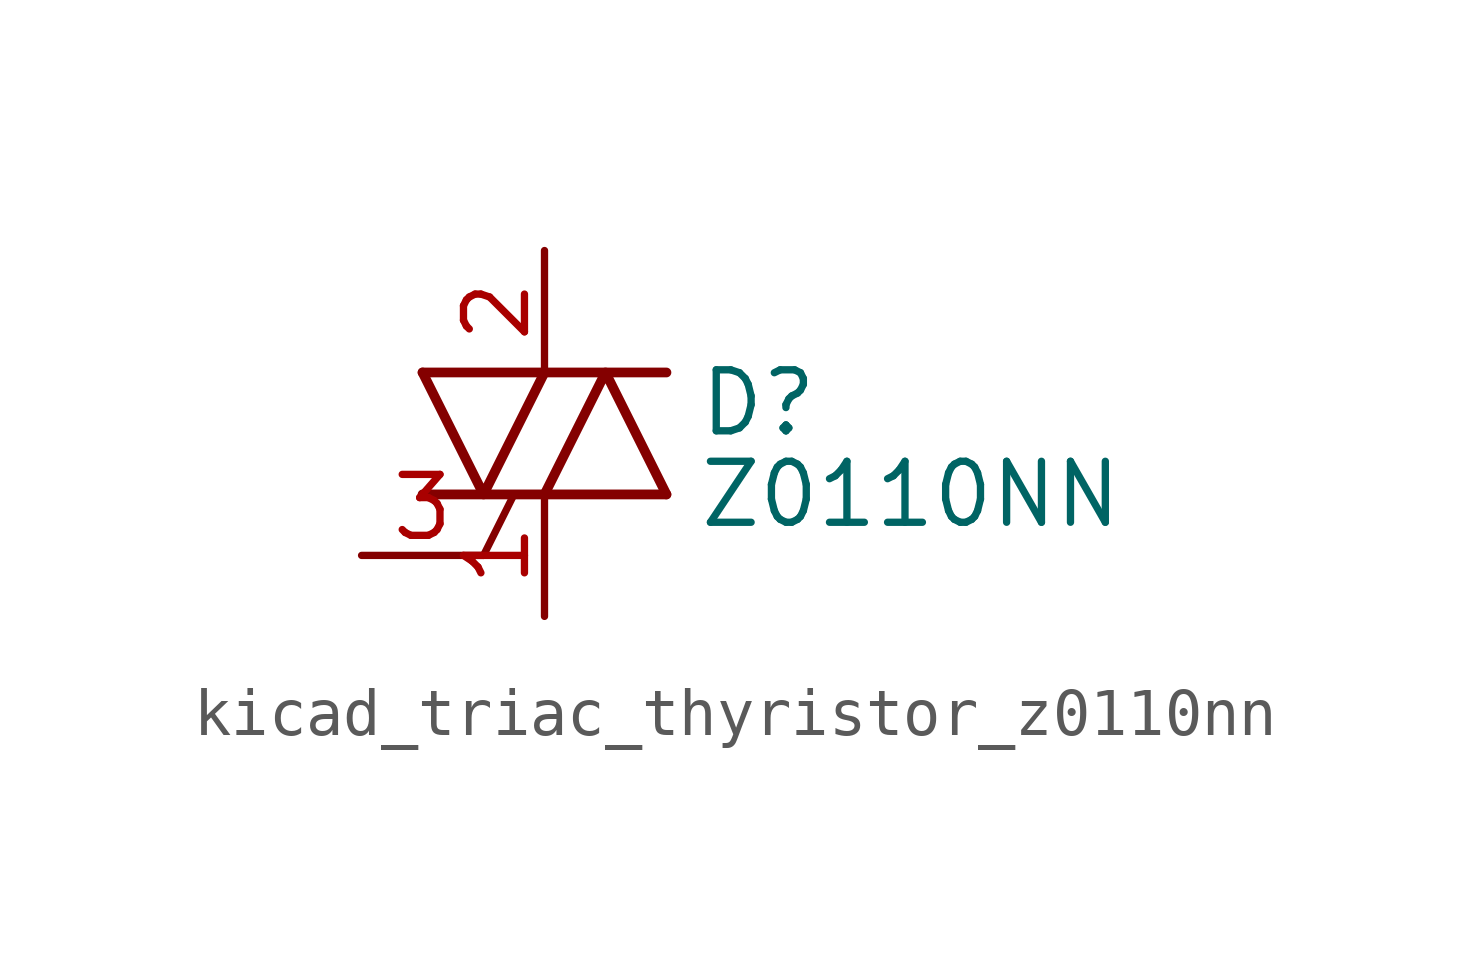
<source format=kicad_sym>
(kicad_symbol_lib
  (version 20220914)
  (generator kicad_symbol_editor)
  (symbol "kicad_triac_thyristor_z0110nn"
    (pin_names
      (offset 0) hide)
    (property "Reference" "D"
      (at 3.175 0.635 0)
      (effects (font (size 1.27 1.27)) (justify left)))
    (property "Value" "Z0110NN"
      (at 3.175 -1.27 0)
      (effects (font (size 1.27 1.27)) (justify left)))
    (symbol "kicad_triac_thyristor_z0110nn_0_1"
      (polyline (pts (xy -2.54 -1.27) (xy 2.54 -1.27)) (stroke (width 0.203) (type default)) (fill (type none)))
      (polyline (pts (xy -2.54 1.27) (xy 2.54 1.27)) (stroke (width 0.203) (type default)) (fill (type none)))
      (polyline (pts (xy -1.27 -2.54) (xy -0.635 -1.27)) (stroke (width 0) (type default)) (fill (type none)))
      (polyline (pts (xy -2.54 1.27) (xy -1.27 -1.27) (xy 0 1.27)) (stroke (width 0.203) (type default)) (fill (type none)))
      (polyline (pts (xy 0 -1.27) (xy 1.27 1.27) (xy 2.54 -1.27)) (stroke (width 0.203) (type default)) (fill (type none))))
    (symbol "kicad_triac_thyristor_z0110nn_1_1"
      (pin passive line (at 0 -3.81 90) (length 2.54) (name "A1" (effects (font (size 1.27 1.27)))) (number "1" (effects (font (size 1.27 1.27)))))
      (pin passive line (at 0 3.81 270) (length 2.54) (name "A2" (effects (font (size 1.27 1.27)))) (number "2" (effects (font (size 1.27 1.27)))))
      (pin input line (at -3.81 -2.54 0) (length 2.54) (name "G" (effects (font (size 1.27 1.27)))) (number "3" (effects (font (size 1.27 1.27)))))
      (pin passive line (at 0 3.81 270) (length 2.54) hide (name "A4" (effects (font (size 1.27 1.27)))) (number "4" (effects (font (size 1.27 1.27))))))))
</source>
